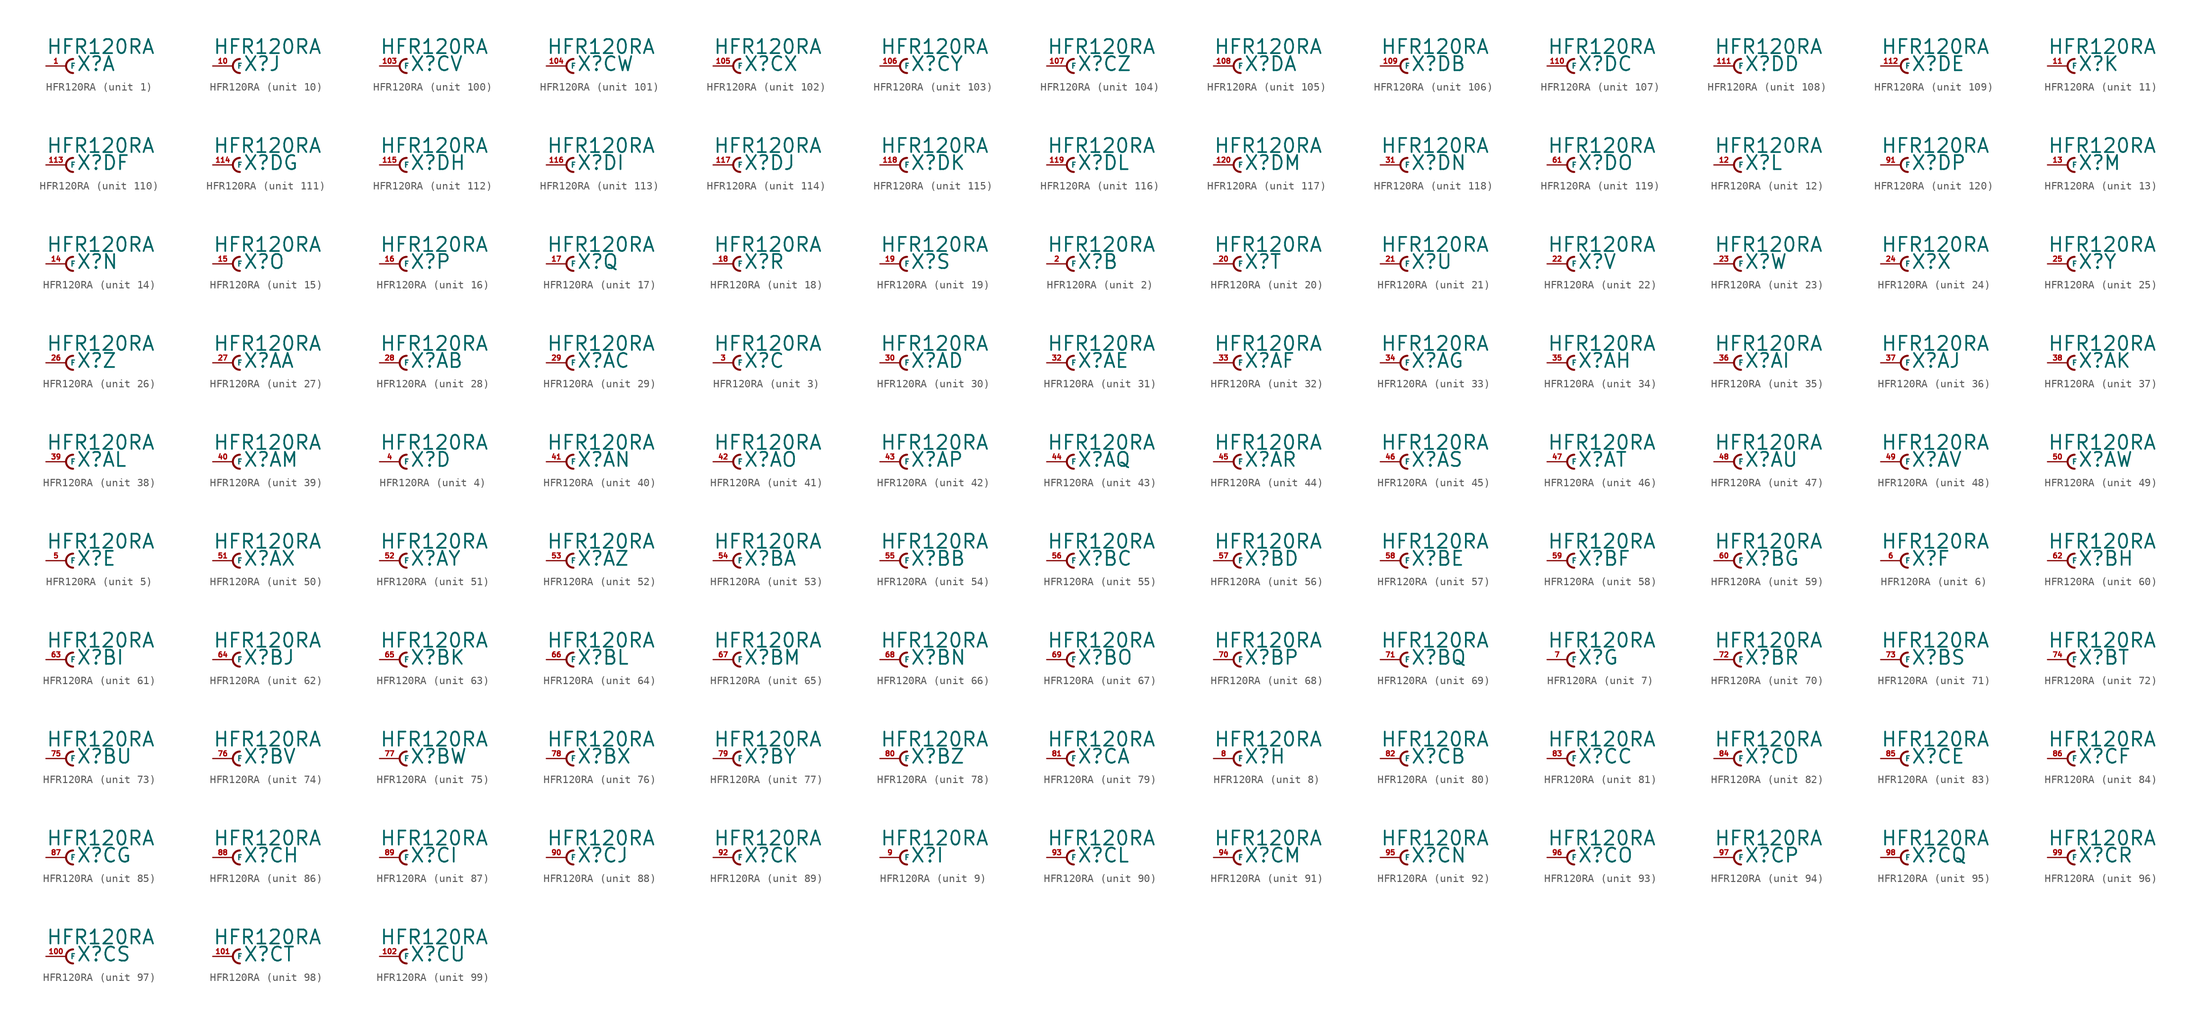
<source format=kicad_sym>
(kicad_symbol_lib
  (version 20220914)
  (generator Eagle2Kicad)
  (symbol "HFR120RA"
    (property "Reference" "X"
      (at 1.27 -0.762 0)
      (effects (font (size 1.778 1.778) (thickness 0.22)) (justify left bottom)))
    (property "Value" "HFR120RA"
      (at -2.54 1.397 0)
      (effects (font (size 1.778 1.778) (thickness 0.22)) (justify left bottom)))
    (symbol "HFR120RA_1_0"
      (arc (start 0.889 0.889) (mid 0.000 0.000) (end 0.889 -0.889) (stroke (width 0.254) (type default)) (fill (type none)))
      (pin passive line (at -2.54 0 0) (length 2.54) (name "F" (effects (font (size 0.635 0.635) (thickness 0.08)) (justify left bottom))) (number "1" (effects (font (size 0.635 0.635) (thickness 0.08)) (justify left bottom)))))
    (symbol "HFR120RA_2_0"
      (arc (start 0.889 0.889) (mid 0.000 0.000) (end 0.889 -0.889) (stroke (width 0.254) (type default)) (fill (type none)))
      (pin passive line (at -2.54 0 0) (length 2.54) (name "F" (effects (font (size 0.635 0.635) (thickness 0.08)) (justify left bottom))) (number "2" (effects (font (size 0.635 0.635) (thickness 0.08)) (justify left bottom)))))
    (symbol "HFR120RA_3_0"
      (arc (start 0.889 0.889) (mid 0.000 0.000) (end 0.889 -0.889) (stroke (width 0.254) (type default)) (fill (type none)))
      (pin passive line (at -2.54 0 0) (length 2.54) (name "F" (effects (font (size 0.635 0.635) (thickness 0.08)) (justify left bottom))) (number "3" (effects (font (size 0.635 0.635) (thickness 0.08)) (justify left bottom)))))
    (symbol "HFR120RA_4_0"
      (arc (start 0.889 0.889) (mid 0.000 0.000) (end 0.889 -0.889) (stroke (width 0.254) (type default)) (fill (type none)))
      (pin passive line (at -2.54 0 0) (length 2.54) (name "F" (effects (font (size 0.635 0.635) (thickness 0.08)) (justify left bottom))) (number "4" (effects (font (size 0.635 0.635) (thickness 0.08)) (justify left bottom)))))
    (symbol "HFR120RA_5_0"
      (arc (start 0.889 0.889) (mid 0.000 0.000) (end 0.889 -0.889) (stroke (width 0.254) (type default)) (fill (type none)))
      (pin passive line (at -2.54 0 0) (length 2.54) (name "F" (effects (font (size 0.635 0.635) (thickness 0.08)) (justify left bottom))) (number "5" (effects (font (size 0.635 0.635) (thickness 0.08)) (justify left bottom)))))
    (symbol "HFR120RA_6_0"
      (arc (start 0.889 0.889) (mid 0.000 0.000) (end 0.889 -0.889) (stroke (width 0.254) (type default)) (fill (type none)))
      (pin passive line (at -2.54 0 0) (length 2.54) (name "F" (effects (font (size 0.635 0.635) (thickness 0.08)) (justify left bottom))) (number "6" (effects (font (size 0.635 0.635) (thickness 0.08)) (justify left bottom)))))
    (symbol "HFR120RA_7_0"
      (arc (start 0.889 0.889) (mid 0.000 0.000) (end 0.889 -0.889) (stroke (width 0.254) (type default)) (fill (type none)))
      (pin passive line (at -2.54 0 0) (length 2.54) (name "F" (effects (font (size 0.635 0.635) (thickness 0.08)) (justify left bottom))) (number "7" (effects (font (size 0.635 0.635) (thickness 0.08)) (justify left bottom)))))
    (symbol "HFR120RA_8_0"
      (arc (start 0.889 0.889) (mid 0.000 0.000) (end 0.889 -0.889) (stroke (width 0.254) (type default)) (fill (type none)))
      (pin passive line (at -2.54 0 0) (length 2.54) (name "F" (effects (font (size 0.635 0.635) (thickness 0.08)) (justify left bottom))) (number "8" (effects (font (size 0.635 0.635) (thickness 0.08)) (justify left bottom)))))
    (symbol "HFR120RA_9_0"
      (arc (start 0.889 0.889) (mid 0.000 0.000) (end 0.889 -0.889) (stroke (width 0.254) (type default)) (fill (type none)))
      (pin passive line (at -2.54 0 0) (length 2.54) (name "F" (effects (font (size 0.635 0.635) (thickness 0.08)) (justify left bottom))) (number "9" (effects (font (size 0.635 0.635) (thickness 0.08)) (justify left bottom)))))
    (symbol "HFR120RA_10_0"
      (arc (start 0.889 0.889) (mid 0.000 0.000) (end 0.889 -0.889) (stroke (width 0.254) (type default)) (fill (type none)))
      (pin passive line (at -2.54 0 0) (length 2.54) (name "F" (effects (font (size 0.635 0.635) (thickness 0.08)) (justify left bottom))) (number "10" (effects (font (size 0.635 0.635) (thickness 0.08)) (justify left bottom)))))
    (symbol "HFR120RA_11_0"
      (arc (start 0.889 0.889) (mid 0.000 0.000) (end 0.889 -0.889) (stroke (width 0.254) (type default)) (fill (type none)))
      (pin passive line (at -2.54 0 0) (length 2.54) (name "F" (effects (font (size 0.635 0.635) (thickness 0.08)) (justify left bottom))) (number "11" (effects (font (size 0.635 0.635) (thickness 0.08)) (justify left bottom)))))
    (symbol "HFR120RA_12_0"
      (arc (start 0.889 0.889) (mid 0.000 0.000) (end 0.889 -0.889) (stroke (width 0.254) (type default)) (fill (type none)))
      (pin passive line (at -2.54 0 0) (length 2.54) (name "F" (effects (font (size 0.635 0.635) (thickness 0.08)) (justify left bottom))) (number "12" (effects (font (size 0.635 0.635) (thickness 0.08)) (justify left bottom)))))
    (symbol "HFR120RA_13_0"
      (arc (start 0.889 0.889) (mid 0.000 0.000) (end 0.889 -0.889) (stroke (width 0.254) (type default)) (fill (type none)))
      (pin passive line (at -2.54 0 0) (length 2.54) (name "F" (effects (font (size 0.635 0.635) (thickness 0.08)) (justify left bottom))) (number "13" (effects (font (size 0.635 0.635) (thickness 0.08)) (justify left bottom)))))
    (symbol "HFR120RA_14_0"
      (arc (start 0.889 0.889) (mid 0.000 0.000) (end 0.889 -0.889) (stroke (width 0.254) (type default)) (fill (type none)))
      (pin passive line (at -2.54 0 0) (length 2.54) (name "F" (effects (font (size 0.635 0.635) (thickness 0.08)) (justify left bottom))) (number "14" (effects (font (size 0.635 0.635) (thickness 0.08)) (justify left bottom)))))
    (symbol "HFR120RA_15_0"
      (arc (start 0.889 0.889) (mid 0.000 0.000) (end 0.889 -0.889) (stroke (width 0.254) (type default)) (fill (type none)))
      (pin passive line (at -2.54 0 0) (length 2.54) (name "F" (effects (font (size 0.635 0.635) (thickness 0.08)) (justify left bottom))) (number "15" (effects (font (size 0.635 0.635) (thickness 0.08)) (justify left bottom)))))
    (symbol "HFR120RA_16_0"
      (arc (start 0.889 0.889) (mid 0.000 0.000) (end 0.889 -0.889) (stroke (width 0.254) (type default)) (fill (type none)))
      (pin passive line (at -2.54 0 0) (length 2.54) (name "F" (effects (font (size 0.635 0.635) (thickness 0.08)) (justify left bottom))) (number "16" (effects (font (size 0.635 0.635) (thickness 0.08)) (justify left bottom)))))
    (symbol "HFR120RA_17_0"
      (arc (start 0.889 0.889) (mid 0.000 0.000) (end 0.889 -0.889) (stroke (width 0.254) (type default)) (fill (type none)))
      (pin passive line (at -2.54 0 0) (length 2.54) (name "F" (effects (font (size 0.635 0.635) (thickness 0.08)) (justify left bottom))) (number "17" (effects (font (size 0.635 0.635) (thickness 0.08)) (justify left bottom)))))
    (symbol "HFR120RA_18_0"
      (arc (start 0.889 0.889) (mid 0.000 0.000) (end 0.889 -0.889) (stroke (width 0.254) (type default)) (fill (type none)))
      (pin passive line (at -2.54 0 0) (length 2.54) (name "F" (effects (font (size 0.635 0.635) (thickness 0.08)) (justify left bottom))) (number "18" (effects (font (size 0.635 0.635) (thickness 0.08)) (justify left bottom)))))
    (symbol "HFR120RA_19_0"
      (arc (start 0.889 0.889) (mid 0.000 0.000) (end 0.889 -0.889) (stroke (width 0.254) (type default)) (fill (type none)))
      (pin passive line (at -2.54 0 0) (length 2.54) (name "F" (effects (font (size 0.635 0.635) (thickness 0.08)) (justify left bottom))) (number "19" (effects (font (size 0.635 0.635) (thickness 0.08)) (justify left bottom)))))
    (symbol "HFR120RA_20_0"
      (arc (start 0.889 0.889) (mid 0.000 0.000) (end 0.889 -0.889) (stroke (width 0.254) (type default)) (fill (type none)))
      (pin passive line (at -2.54 0 0) (length 2.54) (name "F" (effects (font (size 0.635 0.635) (thickness 0.08)) (justify left bottom))) (number "20" (effects (font (size 0.635 0.635) (thickness 0.08)) (justify left bottom)))))
    (symbol "HFR120RA_21_0"
      (arc (start 0.889 0.889) (mid 0.000 0.000) (end 0.889 -0.889) (stroke (width 0.254) (type default)) (fill (type none)))
      (pin passive line (at -2.54 0 0) (length 2.54) (name "F" (effects (font (size 0.635 0.635) (thickness 0.08)) (justify left bottom))) (number "21" (effects (font (size 0.635 0.635) (thickness 0.08)) (justify left bottom)))))
    (symbol "HFR120RA_22_0"
      (arc (start 0.889 0.889) (mid 0.000 0.000) (end 0.889 -0.889) (stroke (width 0.254) (type default)) (fill (type none)))
      (pin passive line (at -2.54 0 0) (length 2.54) (name "F" (effects (font (size 0.635 0.635) (thickness 0.08)) (justify left bottom))) (number "22" (effects (font (size 0.635 0.635) (thickness 0.08)) (justify left bottom)))))
    (symbol "HFR120RA_23_0"
      (arc (start 0.889 0.889) (mid 0.000 0.000) (end 0.889 -0.889) (stroke (width 0.254) (type default)) (fill (type none)))
      (pin passive line (at -2.54 0 0) (length 2.54) (name "F" (effects (font (size 0.635 0.635) (thickness 0.08)) (justify left bottom))) (number "23" (effects (font (size 0.635 0.635) (thickness 0.08)) (justify left bottom)))))
    (symbol "HFR120RA_24_0"
      (arc (start 0.889 0.889) (mid 0.000 0.000) (end 0.889 -0.889) (stroke (width 0.254) (type default)) (fill (type none)))
      (pin passive line (at -2.54 0 0) (length 2.54) (name "F" (effects (font (size 0.635 0.635) (thickness 0.08)) (justify left bottom))) (number "24" (effects (font (size 0.635 0.635) (thickness 0.08)) (justify left bottom)))))
    (symbol "HFR120RA_25_0"
      (arc (start 0.889 0.889) (mid 0.000 0.000) (end 0.889 -0.889) (stroke (width 0.254) (type default)) (fill (type none)))
      (pin passive line (at -2.54 0 0) (length 2.54) (name "F" (effects (font (size 0.635 0.635) (thickness 0.08)) (justify left bottom))) (number "25" (effects (font (size 0.635 0.635) (thickness 0.08)) (justify left bottom)))))
    (symbol "HFR120RA_26_0"
      (arc (start 0.889 0.889) (mid 0.000 0.000) (end 0.889 -0.889) (stroke (width 0.254) (type default)) (fill (type none)))
      (pin passive line (at -2.54 0 0) (length 2.54) (name "F" (effects (font (size 0.635 0.635) (thickness 0.08)) (justify left bottom))) (number "26" (effects (font (size 0.635 0.635) (thickness 0.08)) (justify left bottom)))))
    (symbol "HFR120RA_27_0"
      (arc (start 0.889 0.889) (mid 0.000 0.000) (end 0.889 -0.889) (stroke (width 0.254) (type default)) (fill (type none)))
      (pin passive line (at -2.54 0 0) (length 2.54) (name "F" (effects (font (size 0.635 0.635) (thickness 0.08)) (justify left bottom))) (number "27" (effects (font (size 0.635 0.635) (thickness 0.08)) (justify left bottom)))))
    (symbol "HFR120RA_28_0"
      (arc (start 0.889 0.889) (mid 0.000 0.000) (end 0.889 -0.889) (stroke (width 0.254) (type default)) (fill (type none)))
      (pin passive line (at -2.54 0 0) (length 2.54) (name "F" (effects (font (size 0.635 0.635) (thickness 0.08)) (justify left bottom))) (number "28" (effects (font (size 0.635 0.635) (thickness 0.08)) (justify left bottom)))))
    (symbol "HFR120RA_29_0"
      (arc (start 0.889 0.889) (mid 0.000 0.000) (end 0.889 -0.889) (stroke (width 0.254) (type default)) (fill (type none)))
      (pin passive line (at -2.54 0 0) (length 2.54) (name "F" (effects (font (size 0.635 0.635) (thickness 0.08)) (justify left bottom))) (number "29" (effects (font (size 0.635 0.635) (thickness 0.08)) (justify left bottom)))))
    (symbol "HFR120RA_30_0"
      (arc (start 0.889 0.889) (mid 0.000 0.000) (end 0.889 -0.889) (stroke (width 0.254) (type default)) (fill (type none)))
      (pin passive line (at -2.54 0 0) (length 2.54) (name "F" (effects (font (size 0.635 0.635) (thickness 0.08)) (justify left bottom))) (number "30" (effects (font (size 0.635 0.635) (thickness 0.08)) (justify left bottom)))))
    (symbol "HFR120RA_31_0"
      (arc (start 0.889 0.889) (mid 0.000 0.000) (end 0.889 -0.889) (stroke (width 0.254) (type default)) (fill (type none)))
      (pin passive line (at -2.54 0 0) (length 2.54) (name "F" (effects (font (size 0.635 0.635) (thickness 0.08)) (justify left bottom))) (number "32" (effects (font (size 0.635 0.635) (thickness 0.08)) (justify left bottom)))))
    (symbol "HFR120RA_32_0"
      (arc (start 0.889 0.889) (mid 0.000 0.000) (end 0.889 -0.889) (stroke (width 0.254) (type default)) (fill (type none)))
      (pin passive line (at -2.54 0 0) (length 2.54) (name "F" (effects (font (size 0.635 0.635) (thickness 0.08)) (justify left bottom))) (number "33" (effects (font (size 0.635 0.635) (thickness 0.08)) (justify left bottom)))))
    (symbol "HFR120RA_33_0"
      (arc (start 0.889 0.889) (mid 0.000 0.000) (end 0.889 -0.889) (stroke (width 0.254) (type default)) (fill (type none)))
      (pin passive line (at -2.54 0 0) (length 2.54) (name "F" (effects (font (size 0.635 0.635) (thickness 0.08)) (justify left bottom))) (number "34" (effects (font (size 0.635 0.635) (thickness 0.08)) (justify left bottom)))))
    (symbol "HFR120RA_34_0"
      (arc (start 0.889 0.889) (mid 0.000 0.000) (end 0.889 -0.889) (stroke (width 0.254) (type default)) (fill (type none)))
      (pin passive line (at -2.54 0 0) (length 2.54) (name "F" (effects (font (size 0.635 0.635) (thickness 0.08)) (justify left bottom))) (number "35" (effects (font (size 0.635 0.635) (thickness 0.08)) (justify left bottom)))))
    (symbol "HFR120RA_35_0"
      (arc (start 0.889 0.889) (mid 0.000 0.000) (end 0.889 -0.889) (stroke (width 0.254) (type default)) (fill (type none)))
      (pin passive line (at -2.54 0 0) (length 2.54) (name "F" (effects (font (size 0.635 0.635) (thickness 0.08)) (justify left bottom))) (number "36" (effects (font (size 0.635 0.635) (thickness 0.08)) (justify left bottom)))))
    (symbol "HFR120RA_36_0"
      (arc (start 0.889 0.889) (mid 0.000 0.000) (end 0.889 -0.889) (stroke (width 0.254) (type default)) (fill (type none)))
      (pin passive line (at -2.54 0 0) (length 2.54) (name "F" (effects (font (size 0.635 0.635) (thickness 0.08)) (justify left bottom))) (number "37" (effects (font (size 0.635 0.635) (thickness 0.08)) (justify left bottom)))))
    (symbol "HFR120RA_37_0"
      (arc (start 0.889 0.889) (mid 0.000 0.000) (end 0.889 -0.889) (stroke (width 0.254) (type default)) (fill (type none)))
      (pin passive line (at -2.54 0 0) (length 2.54) (name "F" (effects (font (size 0.635 0.635) (thickness 0.08)) (justify left bottom))) (number "38" (effects (font (size 0.635 0.635) (thickness 0.08)) (justify left bottom)))))
    (symbol "HFR120RA_38_0"
      (arc (start 0.889 0.889) (mid 0.000 0.000) (end 0.889 -0.889) (stroke (width 0.254) (type default)) (fill (type none)))
      (pin passive line (at -2.54 0 0) (length 2.54) (name "F" (effects (font (size 0.635 0.635) (thickness 0.08)) (justify left bottom))) (number "39" (effects (font (size 0.635 0.635) (thickness 0.08)) (justify left bottom)))))
    (symbol "HFR120RA_39_0"
      (arc (start 0.889 0.889) (mid 0.000 0.000) (end 0.889 -0.889) (stroke (width 0.254) (type default)) (fill (type none)))
      (pin passive line (at -2.54 0 0) (length 2.54) (name "F" (effects (font (size 0.635 0.635) (thickness 0.08)) (justify left bottom))) (number "40" (effects (font (size 0.635 0.635) (thickness 0.08)) (justify left bottom)))))
    (symbol "HFR120RA_40_0"
      (arc (start 0.889 0.889) (mid 0.000 0.000) (end 0.889 -0.889) (stroke (width 0.254) (type default)) (fill (type none)))
      (pin passive line (at -2.54 0 0) (length 2.54) (name "F" (effects (font (size 0.635 0.635) (thickness 0.08)) (justify left bottom))) (number "41" (effects (font (size 0.635 0.635) (thickness 0.08)) (justify left bottom)))))
    (symbol "HFR120RA_41_0"
      (arc (start 0.889 0.889) (mid 0.000 0.000) (end 0.889 -0.889) (stroke (width 0.254) (type default)) (fill (type none)))
      (pin passive line (at -2.54 0 0) (length 2.54) (name "F" (effects (font (size 0.635 0.635) (thickness 0.08)) (justify left bottom))) (number "42" (effects (font (size 0.635 0.635) (thickness 0.08)) (justify left bottom)))))
    (symbol "HFR120RA_42_0"
      (arc (start 0.889 0.889) (mid 0.000 0.000) (end 0.889 -0.889) (stroke (width 0.254) (type default)) (fill (type none)))
      (pin passive line (at -2.54 0 0) (length 2.54) (name "F" (effects (font (size 0.635 0.635) (thickness 0.08)) (justify left bottom))) (number "43" (effects (font (size 0.635 0.635) (thickness 0.08)) (justify left bottom)))))
    (symbol "HFR120RA_43_0"
      (arc (start 0.889 0.889) (mid 0.000 0.000) (end 0.889 -0.889) (stroke (width 0.254) (type default)) (fill (type none)))
      (pin passive line (at -2.54 0 0) (length 2.54) (name "F" (effects (font (size 0.635 0.635) (thickness 0.08)) (justify left bottom))) (number "44" (effects (font (size 0.635 0.635) (thickness 0.08)) (justify left bottom)))))
    (symbol "HFR120RA_44_0"
      (arc (start 0.889 0.889) (mid 0.000 0.000) (end 0.889 -0.889) (stroke (width 0.254) (type default)) (fill (type none)))
      (pin passive line (at -2.54 0 0) (length 2.54) (name "F" (effects (font (size 0.635 0.635) (thickness 0.08)) (justify left bottom))) (number "45" (effects (font (size 0.635 0.635) (thickness 0.08)) (justify left bottom)))))
    (symbol "HFR120RA_45_0"
      (arc (start 0.889 0.889) (mid 0.000 0.000) (end 0.889 -0.889) (stroke (width 0.254) (type default)) (fill (type none)))
      (pin passive line (at -2.54 0 0) (length 2.54) (name "F" (effects (font (size 0.635 0.635) (thickness 0.08)) (justify left bottom))) (number "46" (effects (font (size 0.635 0.635) (thickness 0.08)) (justify left bottom)))))
    (symbol "HFR120RA_46_0"
      (arc (start 0.889 0.889) (mid 0.000 0.000) (end 0.889 -0.889) (stroke (width 0.254) (type default)) (fill (type none)))
      (pin passive line (at -2.54 0 0) (length 2.54) (name "F" (effects (font (size 0.635 0.635) (thickness 0.08)) (justify left bottom))) (number "47" (effects (font (size 0.635 0.635) (thickness 0.08)) (justify left bottom)))))
    (symbol "HFR120RA_47_0"
      (arc (start 0.889 0.889) (mid 0.000 0.000) (end 0.889 -0.889) (stroke (width 0.254) (type default)) (fill (type none)))
      (pin passive line (at -2.54 0 0) (length 2.54) (name "F" (effects (font (size 0.635 0.635) (thickness 0.08)) (justify left bottom))) (number "48" (effects (font (size 0.635 0.635) (thickness 0.08)) (justify left bottom)))))
    (symbol "HFR120RA_48_0"
      (arc (start 0.889 0.889) (mid 0.000 0.000) (end 0.889 -0.889) (stroke (width 0.254) (type default)) (fill (type none)))
      (pin passive line (at -2.54 0 0) (length 2.54) (name "F" (effects (font (size 0.635 0.635) (thickness 0.08)) (justify left bottom))) (number "49" (effects (font (size 0.635 0.635) (thickness 0.08)) (justify left bottom)))))
    (symbol "HFR120RA_49_0"
      (arc (start 0.889 0.889) (mid 0.000 0.000) (end 0.889 -0.889) (stroke (width 0.254) (type default)) (fill (type none)))
      (pin passive line (at -2.54 0 0) (length 2.54) (name "F" (effects (font (size 0.635 0.635) (thickness 0.08)) (justify left bottom))) (number "50" (effects (font (size 0.635 0.635) (thickness 0.08)) (justify left bottom)))))
    (symbol "HFR120RA_50_0"
      (arc (start 0.889 0.889) (mid 0.000 0.000) (end 0.889 -0.889) (stroke (width 0.254) (type default)) (fill (type none)))
      (pin passive line (at -2.54 0 0) (length 2.54) (name "F" (effects (font (size 0.635 0.635) (thickness 0.08)) (justify left bottom))) (number "51" (effects (font (size 0.635 0.635) (thickness 0.08)) (justify left bottom)))))
    (symbol "HFR120RA_51_0"
      (arc (start 0.889 0.889) (mid 0.000 0.000) (end 0.889 -0.889) (stroke (width 0.254) (type default)) (fill (type none)))
      (pin passive line (at -2.54 0 0) (length 2.54) (name "F" (effects (font (size 0.635 0.635) (thickness 0.08)) (justify left bottom))) (number "52" (effects (font (size 0.635 0.635) (thickness 0.08)) (justify left bottom)))))
    (symbol "HFR120RA_52_0"
      (arc (start 0.889 0.889) (mid 0.000 0.000) (end 0.889 -0.889) (stroke (width 0.254) (type default)) (fill (type none)))
      (pin passive line (at -2.54 0 0) (length 2.54) (name "F" (effects (font (size 0.635 0.635) (thickness 0.08)) (justify left bottom))) (number "53" (effects (font (size 0.635 0.635) (thickness 0.08)) (justify left bottom)))))
    (symbol "HFR120RA_53_0"
      (arc (start 0.889 0.889) (mid 0.000 0.000) (end 0.889 -0.889) (stroke (width 0.254) (type default)) (fill (type none)))
      (pin passive line (at -2.54 0 0) (length 2.54) (name "F" (effects (font (size 0.635 0.635) (thickness 0.08)) (justify left bottom))) (number "54" (effects (font (size 0.635 0.635) (thickness 0.08)) (justify left bottom)))))
    (symbol "HFR120RA_54_0"
      (arc (start 0.889 0.889) (mid 0.000 0.000) (end 0.889 -0.889) (stroke (width 0.254) (type default)) (fill (type none)))
      (pin passive line (at -2.54 0 0) (length 2.54) (name "F" (effects (font (size 0.635 0.635) (thickness 0.08)) (justify left bottom))) (number "55" (effects (font (size 0.635 0.635) (thickness 0.08)) (justify left bottom)))))
    (symbol "HFR120RA_55_0"
      (arc (start 0.889 0.889) (mid 0.000 0.000) (end 0.889 -0.889) (stroke (width 0.254) (type default)) (fill (type none)))
      (pin passive line (at -2.54 0 0) (length 2.54) (name "F" (effects (font (size 0.635 0.635) (thickness 0.08)) (justify left bottom))) (number "56" (effects (font (size 0.635 0.635) (thickness 0.08)) (justify left bottom)))))
    (symbol "HFR120RA_56_0"
      (arc (start 0.889 0.889) (mid 0.000 0.000) (end 0.889 -0.889) (stroke (width 0.254) (type default)) (fill (type none)))
      (pin passive line (at -2.54 0 0) (length 2.54) (name "F" (effects (font (size 0.635 0.635) (thickness 0.08)) (justify left bottom))) (number "57" (effects (font (size 0.635 0.635) (thickness 0.08)) (justify left bottom)))))
    (symbol "HFR120RA_57_0"
      (arc (start 0.889 0.889) (mid 0.000 0.000) (end 0.889 -0.889) (stroke (width 0.254) (type default)) (fill (type none)))
      (pin passive line (at -2.54 0 0) (length 2.54) (name "F" (effects (font (size 0.635 0.635) (thickness 0.08)) (justify left bottom))) (number "58" (effects (font (size 0.635 0.635) (thickness 0.08)) (justify left bottom)))))
    (symbol "HFR120RA_58_0"
      (arc (start 0.889 0.889) (mid 0.000 0.000) (end 0.889 -0.889) (stroke (width 0.254) (type default)) (fill (type none)))
      (pin passive line (at -2.54 0 0) (length 2.54) (name "F" (effects (font (size 0.635 0.635) (thickness 0.08)) (justify left bottom))) (number "59" (effects (font (size 0.635 0.635) (thickness 0.08)) (justify left bottom)))))
    (symbol "HFR120RA_59_0"
      (arc (start 0.889 0.889) (mid 0.000 0.000) (end 0.889 -0.889) (stroke (width 0.254) (type default)) (fill (type none)))
      (pin passive line (at -2.54 0 0) (length 2.54) (name "F" (effects (font (size 0.635 0.635) (thickness 0.08)) (justify left bottom))) (number "60" (effects (font (size 0.635 0.635) (thickness 0.08)) (justify left bottom)))))
    (symbol "HFR120RA_60_0"
      (arc (start 0.889 0.889) (mid 0.000 0.000) (end 0.889 -0.889) (stroke (width 0.254) (type default)) (fill (type none)))
      (pin passive line (at -2.54 0 0) (length 2.54) (name "F" (effects (font (size 0.635 0.635) (thickness 0.08)) (justify left bottom))) (number "62" (effects (font (size 0.635 0.635) (thickness 0.08)) (justify left bottom)))))
    (symbol "HFR120RA_61_0"
      (arc (start 0.889 0.889) (mid 0.000 0.000) (end 0.889 -0.889) (stroke (width 0.254) (type default)) (fill (type none)))
      (pin passive line (at -2.54 0 0) (length 2.54) (name "F" (effects (font (size 0.635 0.635) (thickness 0.08)) (justify left bottom))) (number "63" (effects (font (size 0.635 0.635) (thickness 0.08)) (justify left bottom)))))
    (symbol "HFR120RA_62_0"
      (arc (start 0.889 0.889) (mid 0.000 0.000) (end 0.889 -0.889) (stroke (width 0.254) (type default)) (fill (type none)))
      (pin passive line (at -2.54 0 0) (length 2.54) (name "F" (effects (font (size 0.635 0.635) (thickness 0.08)) (justify left bottom))) (number "64" (effects (font (size 0.635 0.635) (thickness 0.08)) (justify left bottom)))))
    (symbol "HFR120RA_63_0"
      (arc (start 0.889 0.889) (mid 0.000 0.000) (end 0.889 -0.889) (stroke (width 0.254) (type default)) (fill (type none)))
      (pin passive line (at -2.54 0 0) (length 2.54) (name "F" (effects (font (size 0.635 0.635) (thickness 0.08)) (justify left bottom))) (number "65" (effects (font (size 0.635 0.635) (thickness 0.08)) (justify left bottom)))))
    (symbol "HFR120RA_64_0"
      (arc (start 0.889 0.889) (mid 0.000 0.000) (end 0.889 -0.889) (stroke (width 0.254) (type default)) (fill (type none)))
      (pin passive line (at -2.54 0 0) (length 2.54) (name "F" (effects (font (size 0.635 0.635) (thickness 0.08)) (justify left bottom))) (number "66" (effects (font (size 0.635 0.635) (thickness 0.08)) (justify left bottom)))))
    (symbol "HFR120RA_65_0"
      (arc (start 0.889 0.889) (mid 0.000 0.000) (end 0.889 -0.889) (stroke (width 0.254) (type default)) (fill (type none)))
      (pin passive line (at -2.54 0 0) (length 2.54) (name "F" (effects (font (size 0.635 0.635) (thickness 0.08)) (justify left bottom))) (number "67" (effects (font (size 0.635 0.635) (thickness 0.08)) (justify left bottom)))))
    (symbol "HFR120RA_66_0"
      (arc (start 0.889 0.889) (mid 0.000 0.000) (end 0.889 -0.889) (stroke (width 0.254) (type default)) (fill (type none)))
      (pin passive line (at -2.54 0 0) (length 2.54) (name "F" (effects (font (size 0.635 0.635) (thickness 0.08)) (justify left bottom))) (number "68" (effects (font (size 0.635 0.635) (thickness 0.08)) (justify left bottom)))))
    (symbol "HFR120RA_67_0"
      (arc (start 0.889 0.889) (mid 0.000 0.000) (end 0.889 -0.889) (stroke (width 0.254) (type default)) (fill (type none)))
      (pin passive line (at -2.54 0 0) (length 2.54) (name "F" (effects (font (size 0.635 0.635) (thickness 0.08)) (justify left bottom))) (number "69" (effects (font (size 0.635 0.635) (thickness 0.08)) (justify left bottom)))))
    (symbol "HFR120RA_68_0"
      (arc (start 0.889 0.889) (mid 0.000 0.000) (end 0.889 -0.889) (stroke (width 0.254) (type default)) (fill (type none)))
      (pin passive line (at -2.54 0 0) (length 2.54) (name "F" (effects (font (size 0.635 0.635) (thickness 0.08)) (justify left bottom))) (number "70" (effects (font (size 0.635 0.635) (thickness 0.08)) (justify left bottom)))))
    (symbol "HFR120RA_69_0"
      (arc (start 0.889 0.889) (mid 0.000 0.000) (end 0.889 -0.889) (stroke (width 0.254) (type default)) (fill (type none)))
      (pin passive line (at -2.54 0 0) (length 2.54) (name "F" (effects (font (size 0.635 0.635) (thickness 0.08)) (justify left bottom))) (number "71" (effects (font (size 0.635 0.635) (thickness 0.08)) (justify left bottom)))))
    (symbol "HFR120RA_70_0"
      (arc (start 0.889 0.889) (mid 0.000 0.000) (end 0.889 -0.889) (stroke (width 0.254) (type default)) (fill (type none)))
      (pin passive line (at -2.54 0 0) (length 2.54) (name "F" (effects (font (size 0.635 0.635) (thickness 0.08)) (justify left bottom))) (number "72" (effects (font (size 0.635 0.635) (thickness 0.08)) (justify left bottom)))))
    (symbol "HFR120RA_71_0"
      (arc (start 0.889 0.889) (mid 0.000 0.000) (end 0.889 -0.889) (stroke (width 0.254) (type default)) (fill (type none)))
      (pin passive line (at -2.54 0 0) (length 2.54) (name "F" (effects (font (size 0.635 0.635) (thickness 0.08)) (justify left bottom))) (number "73" (effects (font (size 0.635 0.635) (thickness 0.08)) (justify left bottom)))))
    (symbol "HFR120RA_72_0"
      (arc (start 0.889 0.889) (mid 0.000 0.000) (end 0.889 -0.889) (stroke (width 0.254) (type default)) (fill (type none)))
      (pin passive line (at -2.54 0 0) (length 2.54) (name "F" (effects (font (size 0.635 0.635) (thickness 0.08)) (justify left bottom))) (number "74" (effects (font (size 0.635 0.635) (thickness 0.08)) (justify left bottom)))))
    (symbol "HFR120RA_73_0"
      (arc (start 0.889 0.889) (mid 0.000 0.000) (end 0.889 -0.889) (stroke (width 0.254) (type default)) (fill (type none)))
      (pin passive line (at -2.54 0 0) (length 2.54) (name "F" (effects (font (size 0.635 0.635) (thickness 0.08)) (justify left bottom))) (number "75" (effects (font (size 0.635 0.635) (thickness 0.08)) (justify left bottom)))))
    (symbol "HFR120RA_74_0"
      (arc (start 0.889 0.889) (mid 0.000 0.000) (end 0.889 -0.889) (stroke (width 0.254) (type default)) (fill (type none)))
      (pin passive line (at -2.54 0 0) (length 2.54) (name "F" (effects (font (size 0.635 0.635) (thickness 0.08)) (justify left bottom))) (number "76" (effects (font (size 0.635 0.635) (thickness 0.08)) (justify left bottom)))))
    (symbol "HFR120RA_75_0"
      (arc (start 0.889 0.889) (mid 0.000 0.000) (end 0.889 -0.889) (stroke (width 0.254) (type default)) (fill (type none)))
      (pin passive line (at -2.54 0 0) (length 2.54) (name "F" (effects (font (size 0.635 0.635) (thickness 0.08)) (justify left bottom))) (number "77" (effects (font (size 0.635 0.635) (thickness 0.08)) (justify left bottom)))))
    (symbol "HFR120RA_76_0"
      (arc (start 0.889 0.889) (mid 0.000 0.000) (end 0.889 -0.889) (stroke (width 0.254) (type default)) (fill (type none)))
      (pin passive line (at -2.54 0 0) (length 2.54) (name "F" (effects (font (size 0.635 0.635) (thickness 0.08)) (justify left bottom))) (number "78" (effects (font (size 0.635 0.635) (thickness 0.08)) (justify left bottom)))))
    (symbol "HFR120RA_77_0"
      (arc (start 0.889 0.889) (mid 0.000 0.000) (end 0.889 -0.889) (stroke (width 0.254) (type default)) (fill (type none)))
      (pin passive line (at -2.54 0 0) (length 2.54) (name "F" (effects (font (size 0.635 0.635) (thickness 0.08)) (justify left bottom))) (number "79" (effects (font (size 0.635 0.635) (thickness 0.08)) (justify left bottom)))))
    (symbol "HFR120RA_78_0"
      (arc (start 0.889 0.889) (mid 0.000 0.000) (end 0.889 -0.889) (stroke (width 0.254) (type default)) (fill (type none)))
      (pin passive line (at -2.54 0 0) (length 2.54) (name "F" (effects (font (size 0.635 0.635) (thickness 0.08)) (justify left bottom))) (number "80" (effects (font (size 0.635 0.635) (thickness 0.08)) (justify left bottom)))))
    (symbol "HFR120RA_79_0"
      (arc (start 0.889 0.889) (mid 0.000 0.000) (end 0.889 -0.889) (stroke (width 0.254) (type default)) (fill (type none)))
      (pin passive line (at -2.54 0 0) (length 2.54) (name "F" (effects (font (size 0.635 0.635) (thickness 0.08)) (justify left bottom))) (number "81" (effects (font (size 0.635 0.635) (thickness 0.08)) (justify left bottom)))))
    (symbol "HFR120RA_80_0"
      (arc (start 0.889 0.889) (mid 0.000 0.000) (end 0.889 -0.889) (stroke (width 0.254) (type default)) (fill (type none)))
      (pin passive line (at -2.54 0 0) (length 2.54) (name "F" (effects (font (size 0.635 0.635) (thickness 0.08)) (justify left bottom))) (number "82" (effects (font (size 0.635 0.635) (thickness 0.08)) (justify left bottom)))))
    (symbol "HFR120RA_81_0"
      (arc (start 0.889 0.889) (mid 0.000 0.000) (end 0.889 -0.889) (stroke (width 0.254) (type default)) (fill (type none)))
      (pin passive line (at -2.54 0 0) (length 2.54) (name "F" (effects (font (size 0.635 0.635) (thickness 0.08)) (justify left bottom))) (number "83" (effects (font (size 0.635 0.635) (thickness 0.08)) (justify left bottom)))))
    (symbol "HFR120RA_82_0"
      (arc (start 0.889 0.889) (mid 0.000 0.000) (end 0.889 -0.889) (stroke (width 0.254) (type default)) (fill (type none)))
      (pin passive line (at -2.54 0 0) (length 2.54) (name "F" (effects (font (size 0.635 0.635) (thickness 0.08)) (justify left bottom))) (number "84" (effects (font (size 0.635 0.635) (thickness 0.08)) (justify left bottom)))))
    (symbol "HFR120RA_83_0"
      (arc (start 0.889 0.889) (mid 0.000 0.000) (end 0.889 -0.889) (stroke (width 0.254) (type default)) (fill (type none)))
      (pin passive line (at -2.54 0 0) (length 2.54) (name "F" (effects (font (size 0.635 0.635) (thickness 0.08)) (justify left bottom))) (number "85" (effects (font (size 0.635 0.635) (thickness 0.08)) (justify left bottom)))))
    (symbol "HFR120RA_84_0"
      (arc (start 0.889 0.889) (mid 0.000 0.000) (end 0.889 -0.889) (stroke (width 0.254) (type default)) (fill (type none)))
      (pin passive line (at -2.54 0 0) (length 2.54) (name "F" (effects (font (size 0.635 0.635) (thickness 0.08)) (justify left bottom))) (number "86" (effects (font (size 0.635 0.635) (thickness 0.08)) (justify left bottom)))))
    (symbol "HFR120RA_85_0"
      (arc (start 0.889 0.889) (mid 0.000 0.000) (end 0.889 -0.889) (stroke (width 0.254) (type default)) (fill (type none)))
      (pin passive line (at -2.54 0 0) (length 2.54) (name "F" (effects (font (size 0.635 0.635) (thickness 0.08)) (justify left bottom))) (number "87" (effects (font (size 0.635 0.635) (thickness 0.08)) (justify left bottom)))))
    (symbol "HFR120RA_86_0"
      (arc (start 0.889 0.889) (mid 0.000 0.000) (end 0.889 -0.889) (stroke (width 0.254) (type default)) (fill (type none)))
      (pin passive line (at -2.54 0 0) (length 2.54) (name "F" (effects (font (size 0.635 0.635) (thickness 0.08)) (justify left bottom))) (number "88" (effects (font (size 0.635 0.635) (thickness 0.08)) (justify left bottom)))))
    (symbol "HFR120RA_87_0"
      (arc (start 0.889 0.889) (mid 0.000 0.000) (end 0.889 -0.889) (stroke (width 0.254) (type default)) (fill (type none)))
      (pin passive line (at -2.54 0 0) (length 2.54) (name "F" (effects (font (size 0.635 0.635) (thickness 0.08)) (justify left bottom))) (number "89" (effects (font (size 0.635 0.635) (thickness 0.08)) (justify left bottom)))))
    (symbol "HFR120RA_88_0"
      (arc (start 0.889 0.889) (mid 0.000 0.000) (end 0.889 -0.889) (stroke (width 0.254) (type default)) (fill (type none)))
      (pin passive line (at -2.54 0 0) (length 2.54) (name "F" (effects (font (size 0.635 0.635) (thickness 0.08)) (justify left bottom))) (number "90" (effects (font (size 0.635 0.635) (thickness 0.08)) (justify left bottom)))))
    (symbol "HFR120RA_89_0"
      (arc (start 0.889 0.889) (mid 0.000 0.000) (end 0.889 -0.889) (stroke (width 0.254) (type default)) (fill (type none)))
      (pin passive line (at -2.54 0 0) (length 2.54) (name "F" (effects (font (size 0.635 0.635) (thickness 0.08)) (justify left bottom))) (number "92" (effects (font (size 0.635 0.635) (thickness 0.08)) (justify left bottom)))))
    (symbol "HFR120RA_90_0"
      (arc (start 0.889 0.889) (mid 0.000 0.000) (end 0.889 -0.889) (stroke (width 0.254) (type default)) (fill (type none)))
      (pin passive line (at -2.54 0 0) (length 2.54) (name "F" (effects (font (size 0.635 0.635) (thickness 0.08)) (justify left bottom))) (number "93" (effects (font (size 0.635 0.635) (thickness 0.08)) (justify left bottom)))))
    (symbol "HFR120RA_91_0"
      (arc (start 0.889 0.889) (mid 0.000 0.000) (end 0.889 -0.889) (stroke (width 0.254) (type default)) (fill (type none)))
      (pin passive line (at -2.54 0 0) (length 2.54) (name "F" (effects (font (size 0.635 0.635) (thickness 0.08)) (justify left bottom))) (number "94" (effects (font (size 0.635 0.635) (thickness 0.08)) (justify left bottom)))))
    (symbol "HFR120RA_92_0"
      (arc (start 0.889 0.889) (mid 0.000 0.000) (end 0.889 -0.889) (stroke (width 0.254) (type default)) (fill (type none)))
      (pin passive line (at -2.54 0 0) (length 2.54) (name "F" (effects (font (size 0.635 0.635) (thickness 0.08)) (justify left bottom))) (number "95" (effects (font (size 0.635 0.635) (thickness 0.08)) (justify left bottom)))))
    (symbol "HFR120RA_93_0"
      (arc (start 0.889 0.889) (mid 0.000 0.000) (end 0.889 -0.889) (stroke (width 0.254) (type default)) (fill (type none)))
      (pin passive line (at -2.54 0 0) (length 2.54) (name "F" (effects (font (size 0.635 0.635) (thickness 0.08)) (justify left bottom))) (number "96" (effects (font (size 0.635 0.635) (thickness 0.08)) (justify left bottom)))))
    (symbol "HFR120RA_94_0"
      (arc (start 0.889 0.889) (mid 0.000 0.000) (end 0.889 -0.889) (stroke (width 0.254) (type default)) (fill (type none)))
      (pin passive line (at -2.54 0 0) (length 2.54) (name "F" (effects (font (size 0.635 0.635) (thickness 0.08)) (justify left bottom))) (number "97" (effects (font (size 0.635 0.635) (thickness 0.08)) (justify left bottom)))))
    (symbol "HFR120RA_95_0"
      (arc (start 0.889 0.889) (mid 0.000 0.000) (end 0.889 -0.889) (stroke (width 0.254) (type default)) (fill (type none)))
      (pin passive line (at -2.54 0 0) (length 2.54) (name "F" (effects (font (size 0.635 0.635) (thickness 0.08)) (justify left bottom))) (number "98" (effects (font (size 0.635 0.635) (thickness 0.08)) (justify left bottom)))))
    (symbol "HFR120RA_96_0"
      (arc (start 0.889 0.889) (mid 0.000 0.000) (end 0.889 -0.889) (stroke (width 0.254) (type default)) (fill (type none)))
      (pin passive line (at -2.54 0 0) (length 2.54) (name "F" (effects (font (size 0.635 0.635) (thickness 0.08)) (justify left bottom))) (number "99" (effects (font (size 0.635 0.635) (thickness 0.08)) (justify left bottom)))))
    (symbol "HFR120RA_97_0"
      (arc (start 0.889 0.889) (mid 0.000 0.000) (end 0.889 -0.889) (stroke (width 0.254) (type default)) (fill (type none)))
      (pin passive line (at -2.54 0 0) (length 2.54) (name "F" (effects (font (size 0.635 0.635) (thickness 0.08)) (justify left bottom))) (number "100" (effects (font (size 0.635 0.635) (thickness 0.08)) (justify left bottom)))))
    (symbol "HFR120RA_98_0"
      (arc (start 0.889 0.889) (mid 0.000 0.000) (end 0.889 -0.889) (stroke (width 0.254) (type default)) (fill (type none)))
      (pin passive line (at -2.54 0 0) (length 2.54) (name "F" (effects (font (size 0.635 0.635) (thickness 0.08)) (justify left bottom))) (number "101" (effects (font (size 0.635 0.635) (thickness 0.08)) (justify left bottom)))))
    (symbol "HFR120RA_99_0"
      (arc (start 0.889 0.889) (mid 0.000 0.000) (end 0.889 -0.889) (stroke (width 0.254) (type default)) (fill (type none)))
      (pin passive line (at -2.54 0 0) (length 2.54) (name "F" (effects (font (size 0.635 0.635) (thickness 0.08)) (justify left bottom))) (number "102" (effects (font (size 0.635 0.635) (thickness 0.08)) (justify left bottom)))))
    (symbol "HFR120RA_100_0"
      (arc (start 0.889 0.889) (mid 0.000 0.000) (end 0.889 -0.889) (stroke (width 0.254) (type default)) (fill (type none)))
      (pin passive line (at -2.54 0 0) (length 2.54) (name "F" (effects (font (size 0.635 0.635) (thickness 0.08)) (justify left bottom))) (number "103" (effects (font (size 0.635 0.635) (thickness 0.08)) (justify left bottom)))))
    (symbol "HFR120RA_101_0"
      (arc (start 0.889 0.889) (mid 0.000 0.000) (end 0.889 -0.889) (stroke (width 0.254) (type default)) (fill (type none)))
      (pin passive line (at -2.54 0 0) (length 2.54) (name "F" (effects (font (size 0.635 0.635) (thickness 0.08)) (justify left bottom))) (number "104" (effects (font (size 0.635 0.635) (thickness 0.08)) (justify left bottom)))))
    (symbol "HFR120RA_102_0"
      (arc (start 0.889 0.889) (mid 0.000 0.000) (end 0.889 -0.889) (stroke (width 0.254) (type default)) (fill (type none)))
      (pin passive line (at -2.54 0 0) (length 2.54) (name "F" (effects (font (size 0.635 0.635) (thickness 0.08)) (justify left bottom))) (number "105" (effects (font (size 0.635 0.635) (thickness 0.08)) (justify left bottom)))))
    (symbol "HFR120RA_103_0"
      (arc (start 0.889 0.889) (mid 0.000 0.000) (end 0.889 -0.889) (stroke (width 0.254) (type default)) (fill (type none)))
      (pin passive line (at -2.54 0 0) (length 2.54) (name "F" (effects (font (size 0.635 0.635) (thickness 0.08)) (justify left bottom))) (number "106" (effects (font (size 0.635 0.635) (thickness 0.08)) (justify left bottom)))))
    (symbol "HFR120RA_104_0"
      (arc (start 0.889 0.889) (mid 0.000 0.000) (end 0.889 -0.889) (stroke (width 0.254) (type default)) (fill (type none)))
      (pin passive line (at -2.54 0 0) (length 2.54) (name "F" (effects (font (size 0.635 0.635) (thickness 0.08)) (justify left bottom))) (number "107" (effects (font (size 0.635 0.635) (thickness 0.08)) (justify left bottom)))))
    (symbol "HFR120RA_105_0"
      (arc (start 0.889 0.889) (mid 0.000 0.000) (end 0.889 -0.889) (stroke (width 0.254) (type default)) (fill (type none)))
      (pin passive line (at -2.54 0 0) (length 2.54) (name "F" (effects (font (size 0.635 0.635) (thickness 0.08)) (justify left bottom))) (number "108" (effects (font (size 0.635 0.635) (thickness 0.08)) (justify left bottom)))))
    (symbol "HFR120RA_106_0"
      (arc (start 0.889 0.889) (mid 0.000 0.000) (end 0.889 -0.889) (stroke (width 0.254) (type default)) (fill (type none)))
      (pin passive line (at -2.54 0 0) (length 2.54) (name "F" (effects (font (size 0.635 0.635) (thickness 0.08)) (justify left bottom))) (number "109" (effects (font (size 0.635 0.635) (thickness 0.08)) (justify left bottom)))))
    (symbol "HFR120RA_107_0"
      (arc (start 0.889 0.889) (mid 0.000 0.000) (end 0.889 -0.889) (stroke (width 0.254) (type default)) (fill (type none)))
      (pin passive line (at -2.54 0 0) (length 2.54) (name "F" (effects (font (size 0.635 0.635) (thickness 0.08)) (justify left bottom))) (number "110" (effects (font (size 0.635 0.635) (thickness 0.08)) (justify left bottom)))))
    (symbol "HFR120RA_108_0"
      (arc (start 0.889 0.889) (mid 0.000 0.000) (end 0.889 -0.889) (stroke (width 0.254) (type default)) (fill (type none)))
      (pin passive line (at -2.54 0 0) (length 2.54) (name "F" (effects (font (size 0.635 0.635) (thickness 0.08)) (justify left bottom))) (number "111" (effects (font (size 0.635 0.635) (thickness 0.08)) (justify left bottom)))))
    (symbol "HFR120RA_109_0"
      (arc (start 0.889 0.889) (mid 0.000 0.000) (end 0.889 -0.889) (stroke (width 0.254) (type default)) (fill (type none)))
      (pin passive line (at -2.54 0 0) (length 2.54) (name "F" (effects (font (size 0.635 0.635) (thickness 0.08)) (justify left bottom))) (number "112" (effects (font (size 0.635 0.635) (thickness 0.08)) (justify left bottom)))))
    (symbol "HFR120RA_110_0"
      (arc (start 0.889 0.889) (mid 0.000 0.000) (end 0.889 -0.889) (stroke (width 0.254) (type default)) (fill (type none)))
      (pin passive line (at -2.54 0 0) (length 2.54) (name "F" (effects (font (size 0.635 0.635) (thickness 0.08)) (justify left bottom))) (number "113" (effects (font (size 0.635 0.635) (thickness 0.08)) (justify left bottom)))))
    (symbol "HFR120RA_111_0"
      (arc (start 0.889 0.889) (mid 0.000 0.000) (end 0.889 -0.889) (stroke (width 0.254) (type default)) (fill (type none)))
      (pin passive line (at -2.54 0 0) (length 2.54) (name "F" (effects (font (size 0.635 0.635) (thickness 0.08)) (justify left bottom))) (number "114" (effects (font (size 0.635 0.635) (thickness 0.08)) (justify left bottom)))))
    (symbol "HFR120RA_112_0"
      (arc (start 0.889 0.889) (mid 0.000 0.000) (end 0.889 -0.889) (stroke (width 0.254) (type default)) (fill (type none)))
      (pin passive line (at -2.54 0 0) (length 2.54) (name "F" (effects (font (size 0.635 0.635) (thickness 0.08)) (justify left bottom))) (number "115" (effects (font (size 0.635 0.635) (thickness 0.08)) (justify left bottom)))))
    (symbol "HFR120RA_113_0"
      (arc (start 0.889 0.889) (mid 0.000 0.000) (end 0.889 -0.889) (stroke (width 0.254) (type default)) (fill (type none)))
      (pin passive line (at -2.54 0 0) (length 2.54) (name "F" (effects (font (size 0.635 0.635) (thickness 0.08)) (justify left bottom))) (number "116" (effects (font (size 0.635 0.635) (thickness 0.08)) (justify left bottom)))))
    (symbol "HFR120RA_114_0"
      (arc (start 0.889 0.889) (mid 0.000 0.000) (end 0.889 -0.889) (stroke (width 0.254) (type default)) (fill (type none)))
      (pin passive line (at -2.54 0 0) (length 2.54) (name "F" (effects (font (size 0.635 0.635) (thickness 0.08)) (justify left bottom))) (number "117" (effects (font (size 0.635 0.635) (thickness 0.08)) (justify left bottom)))))
    (symbol "HFR120RA_115_0"
      (arc (start 0.889 0.889) (mid 0.000 0.000) (end 0.889 -0.889) (stroke (width 0.254) (type default)) (fill (type none)))
      (pin passive line (at -2.54 0 0) (length 2.54) (name "F" (effects (font (size 0.635 0.635) (thickness 0.08)) (justify left bottom))) (number "118" (effects (font (size 0.635 0.635) (thickness 0.08)) (justify left bottom)))))
    (symbol "HFR120RA_116_0"
      (arc (start 0.889 0.889) (mid 0.000 0.000) (end 0.889 -0.889) (stroke (width 0.254) (type default)) (fill (type none)))
      (pin passive line (at -2.54 0 0) (length 2.54) (name "F" (effects (font (size 0.635 0.635) (thickness 0.08)) (justify left bottom))) (number "119" (effects (font (size 0.635 0.635) (thickness 0.08)) (justify left bottom)))))
    (symbol "HFR120RA_117_0"
      (arc (start 0.889 0.889) (mid 0.000 0.000) (end 0.889 -0.889) (stroke (width 0.254) (type default)) (fill (type none)))
      (pin passive line (at -2.54 0 0) (length 2.54) (name "F" (effects (font (size 0.635 0.635) (thickness 0.08)) (justify left bottom))) (number "120" (effects (font (size 0.635 0.635) (thickness 0.08)) (justify left bottom)))))
    (symbol "HFR120RA_118_0"
      (arc (start 0.889 0.889) (mid 0.000 0.000) (end 0.889 -0.889) (stroke (width 0.254) (type default)) (fill (type none)))
      (pin passive line (at -2.54 0 0) (length 2.54) (name "F" (effects (font (size 0.635 0.635) (thickness 0.08)) (justify left bottom))) (number "31" (effects (font (size 0.635 0.635) (thickness 0.08)) (justify left bottom)))))
    (symbol "HFR120RA_119_0"
      (arc (start 0.889 0.889) (mid 0.000 0.000) (end 0.889 -0.889) (stroke (width 0.254) (type default)) (fill (type none)))
      (pin passive line (at -2.54 0 0) (length 2.54) (name "F" (effects (font (size 0.635 0.635) (thickness 0.08)) (justify left bottom))) (number "61" (effects (font (size 0.635 0.635) (thickness 0.08)) (justify left bottom)))))
    (symbol "HFR120RA_120_0"
      (arc (start 0.889 0.889) (mid 0.000 0.000) (end 0.889 -0.889) (stroke (width 0.254) (type default)) (fill (type none)))
      (pin passive line (at -2.54 0 0) (length 2.54) (name "F" (effects (font (size 0.635 0.635) (thickness 0.08)) (justify left bottom))) (number "91" (effects (font (size 0.635 0.635) (thickness 0.08)) (justify left bottom)))))))
</source>
